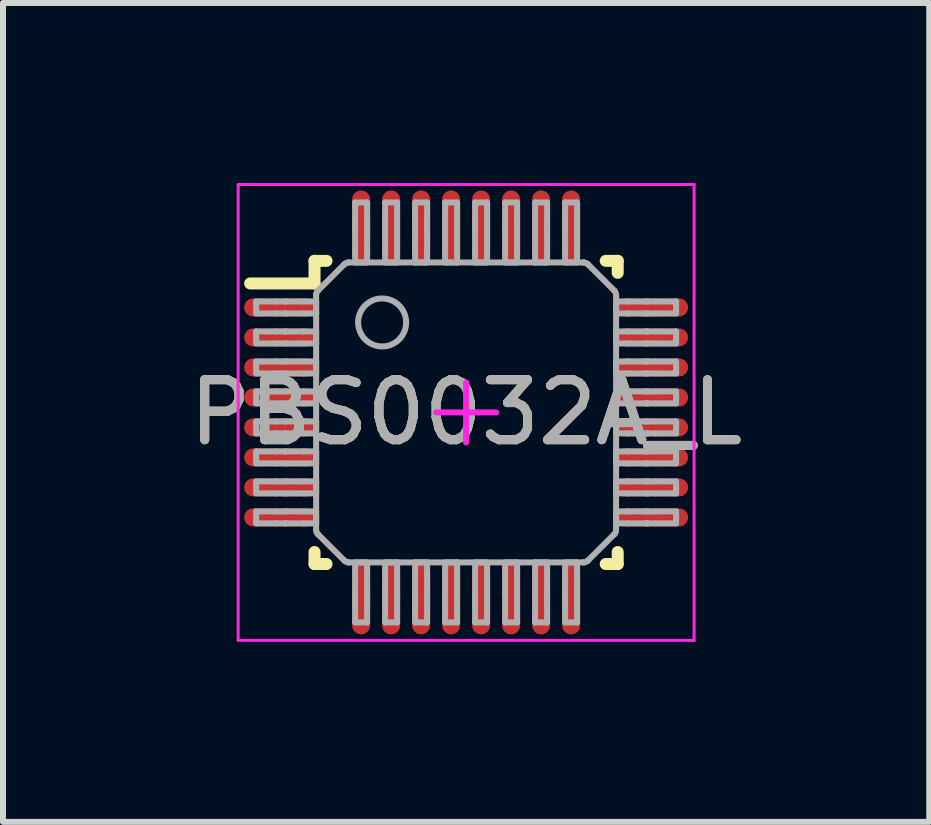
<source format=kicad_pcb>
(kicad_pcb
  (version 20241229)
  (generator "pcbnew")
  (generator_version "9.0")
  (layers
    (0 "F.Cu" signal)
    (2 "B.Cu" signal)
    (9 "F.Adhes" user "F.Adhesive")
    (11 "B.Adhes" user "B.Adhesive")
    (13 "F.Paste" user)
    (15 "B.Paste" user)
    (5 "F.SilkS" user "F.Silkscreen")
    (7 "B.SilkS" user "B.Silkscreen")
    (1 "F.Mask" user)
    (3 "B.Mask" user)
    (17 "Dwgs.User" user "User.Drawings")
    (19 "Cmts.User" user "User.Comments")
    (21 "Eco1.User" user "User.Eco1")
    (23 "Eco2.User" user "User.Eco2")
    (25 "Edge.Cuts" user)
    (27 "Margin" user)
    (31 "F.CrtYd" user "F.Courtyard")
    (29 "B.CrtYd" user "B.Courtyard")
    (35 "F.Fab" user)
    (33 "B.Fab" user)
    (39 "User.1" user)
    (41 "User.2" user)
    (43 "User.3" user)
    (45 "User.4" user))
  (footprint "PBS0032A_L"
    (layer "F.Cu")
    (at 4.72 3.825)
    (property "Reference" "PBS0032A_L" (at 0 0 0) (unlocked yes) (layer "F.SilkS") (effects (font (size 1 1) (thickness 0.15))))
    (attr smd)
    (fp_line (start -3.6 -2.15) (end -2.527 -2.15) (stroke (width 0.2) (type solid)) (layer "F.SilkS"))
    (fp_line (start -2.527 -2.527) (end -2.327 -2.527) (stroke (width 0.2) (type solid)) (layer "F.SilkS"))
    (fp_line (start -2.527 -2.15) (end -2.527 -2.527) (stroke (width 0.2) (type solid)) (layer "F.SilkS"))
    (fp_line (start -2.527 2.527) (end -2.527 2.327) (stroke (width 0.2) (type solid)) (layer "F.SilkS"))
    (fp_line (start -2.527 2.527) (end -2.327 2.527) (stroke (width 0.2) (type solid)) (layer "F.SilkS"))
    (fp_line (start 2.327 -2.527) (end 2.527 -2.527) (stroke (width 0.2) (type solid)) (layer "F.SilkS"))
    (fp_line (start 2.327 2.527) (end 2.527 2.527) (stroke (width 0.2) (type solid)) (layer "F.SilkS"))
    (fp_line (start 2.527 -2.327) (end 2.527 -2.527) (stroke (width 0.2) (type solid)) (layer "F.SilkS"))
    (fp_line (start 2.527 2.527) (end 2.527 2.327) (stroke (width 0.2) (type solid)) (layer "F.SilkS"))
    (fp_line (start -3.8 -3.8) (end 3.8 -3.8) (stroke (width 0.05) (type solid)) (layer "F.CrtYd"))
    (fp_line (start -3.8 3.8) (end -3.8 -3.8) (stroke (width 0.05) (type solid)) (layer "F.CrtYd"))
    (fp_line (start -3.8 3.8) (end 3.8 3.8) (stroke (width 0.05) (type solid)) (layer "F.CrtYd"))
    (fp_line (start -0.5 0) (end 0.5 0) (stroke (width 0.1) (type solid)) (layer "F.CrtYd"))
    (fp_line (start -0.000003 0.5) (end -0.000003 -0.5) (stroke (width 0.1) (type solid)) (layer "F.CrtYd"))
    (fp_line (start 3.8 3.8) (end 3.8 -3.8) (stroke (width 0.05) (type solid)) (layer "F.CrtYd"))
    (fp_line (start -3.5 -1.85) (end -3.16 -1.85) (stroke (width 0.1) (type solid)) (layer "F.Fab"))
    (fp_line (start -3.5 -1.65) (end -3.5 -1.85) (stroke (width 0.1) (type solid)) (layer "F.Fab"))
    (fp_line (start -3.5 -1.65) (end -3.16 -1.65) (stroke (width 0.1) (type solid)) (layer "F.Fab"))
    (fp_line (start -3.5 -1.35) (end -3.16 -1.35) (stroke (width 0.1) (type solid)) (layer "F.Fab"))
    (fp_line (start -3.5 -1.15) (end -3.5 -1.35) (stroke (width 0.1) (type solid)) (layer "F.Fab"))
    (fp_line (start -3.5 -1.15) (end -3.16 -1.15) (stroke (width 0.1) (type solid)) (layer "F.Fab"))
    (fp_line (start -3.5 -0.85) (end -3.16 -0.85) (stroke (width 0.1) (type solid)) (layer "F.Fab"))
    (fp_line (start -3.5 -0.65) (end -3.5 -0.85) (stroke (width 0.1) (type solid)) (layer "F.Fab"))
    (fp_line (start -3.5 -0.65) (end -3.16 -0.65) (stroke (width 0.1) (type solid)) (layer "F.Fab"))
    (fp_line (start -3.5 -0.35) (end -3.16 -0.35) (stroke (width 0.1) (type solid)) (layer "F.Fab"))
    (fp_line (start -3.5 -0.15) (end -3.5 -0.35) (stroke (width 0.1) (type solid)) (layer "F.Fab"))
    (fp_line (start -3.5 -0.15) (end -3.16 -0.15) (stroke (width 0.1) (type solid)) (layer "F.Fab"))
    (fp_line (start -3.5 0.15) (end -3.16 0.15) (stroke (width 0.1) (type solid)) (layer "F.Fab"))
    (fp_line (start -3.5 0.35) (end -3.5 0.15) (stroke (width 0.1) (type solid)) (layer "F.Fab"))
    (fp_line (start -3.5 0.35) (end -3.16 0.35) (stroke (width 0.1) (type solid)) (layer "F.Fab"))
    (fp_line (start -3.5 0.65) (end -3.16 0.65) (stroke (width 0.1) (type solid)) (layer "F.Fab"))
    (fp_line (start -3.5 0.85) (end -3.5 0.65) (stroke (width 0.1) (type solid)) (layer "F.Fab"))
    (fp_line (start -3.5 0.85) (end -3.16 0.85) (stroke (width 0.1) (type solid)) (layer "F.Fab"))
    (fp_line (start -3.5 1.15) (end -3.16 1.15) (stroke (width 0.1) (type solid)) (layer "F.Fab"))
    (fp_line (start -3.5 1.35) (end -3.5 1.15) (stroke (width 0.1) (type solid)) (layer "F.Fab"))
    (fp_line (start -3.5 1.35) (end -3.16 1.35) (stroke (width 0.1) (type solid)) (layer "F.Fab"))
    (fp_line (start -3.5 1.65) (end -3.16 1.65) (stroke (width 0.1) (type solid)) (layer "F.Fab"))
    (fp_line (start -3.5 1.85) (end -3.5 1.65) (stroke (width 0.1) (type solid)) (layer "F.Fab"))
    (fp_line (start -3.5 1.85) (end -3.16 1.85) (stroke (width 0.1) (type solid)) (layer "F.Fab"))
    (fp_line (start -3.16 -1.85) (end -3.023 -1.85) (stroke (width 0.1) (type solid)) (layer "F.Fab"))
    (fp_line (start -3.16 -1.65) (end -3.023 -1.65) (stroke (width 0.1) (type solid)) (layer "F.Fab"))
    (fp_line (start -3.16 -1.35) (end -3.023 -1.35) (stroke (width 0.1) (type solid)) (layer "F.Fab"))
    (fp_line (start -3.16 -1.15) (end -3.023 -1.15) (stroke (width 0.1) (type solid)) (layer "F.Fab"))
    (fp_line (start -3.16 -0.85) (end -3.023 -0.85) (stroke (width 0.1) (type solid)) (layer "F.Fab"))
    (fp_line (start -3.16 -0.65) (end -3.023 -0.65) (stroke (width 0.1) (type solid)) (layer "F.Fab"))
    (fp_line (start -3.16 -0.35) (end -3.023 -0.35) (stroke (width 0.1) (type solid)) (layer "F.Fab"))
    (fp_line (start -3.16 -0.15) (end -3.023 -0.15) (stroke (width 0.1) (type solid)) (layer "F.Fab"))
    (fp_line (start -3.16 0.15) (end -3.023 0.15) (stroke (width 0.1) (type solid)) (layer "F.Fab"))
    (fp_line (start -3.16 0.35) (end -3.023 0.35) (stroke (width 0.1) (type solid)) (layer "F.Fab"))
    (fp_line (start -3.16 0.65) (end -3.023 0.65) (stroke (width 0.1) (type solid)) (layer "F.Fab"))
    (fp_line (start -3.16 0.85) (end -3.023 0.85) (stroke (width 0.1) (type solid)) (layer "F.Fab"))
    (fp_line (start -3.16 1.15) (end -3.023 1.15) (stroke (width 0.1) (type solid)) (layer "F.Fab"))
    (fp_line (start -3.16 1.35) (end -3.023 1.35) (stroke (width 0.1) (type solid)) (layer "F.Fab"))
    (fp_line (start -3.16 1.65) (end -3.023 1.65) (stroke (width 0.1) (type solid)) (layer "F.Fab"))
    (fp_line (start -3.16 1.85) (end -3.023 1.85) (stroke (width 0.1) (type solid)) (layer "F.Fab"))
    (fp_line (start -3.023 -1.85) (end -3.002 -1.85) (stroke (width 0.1) (type solid)) (layer "F.Fab"))
    (fp_line (start -3.023 -1.65) (end -3.002 -1.65) (stroke (width 0.1) (type solid)) (layer "F.Fab"))
    (fp_line (start -3.023 -1.35) (end -3.002 -1.35) (stroke (width 0.1) (type solid)) (layer "F.Fab"))
    (fp_line (start -3.023 -1.15) (end -3.002 -1.15) (stroke (width 0.1) (type solid)) (layer "F.Fab"))
    (fp_line (start -3.023 -0.85) (end -3.002 -0.85) (stroke (width 0.1) (type solid)) (layer "F.Fab"))
    (fp_line (start -3.023 -0.65) (end -3.002 -0.65) (stroke (width 0.1) (type solid)) (layer "F.Fab"))
    (fp_line (start -3.023 -0.35) (end -3.002 -0.35) (stroke (width 0.1) (type solid)) (layer "F.Fab"))
    (fp_line (start -3.023 -0.15) (end -3.002 -0.15) (stroke (width 0.1) (type solid)) (layer "F.Fab"))
    (fp_line (start -3.023 0.15) (end -3.002 0.15) (stroke (width 0.1) (type solid)) (layer "F.Fab"))
    (fp_line (start -3.023 0.35) (end -3.002 0.35) (stroke (width 0.1) (type solid)) (layer "F.Fab"))
    (fp_line (start -3.023 0.65) (end -3.002 0.65) (stroke (width 0.1) (type solid)) (layer "F.Fab"))
    (fp_line (start -3.023 0.85) (end -3.002 0.85) (stroke (width 0.1) (type solid)) (layer "F.Fab"))
    (fp_line (start -3.023 1.15) (end -3.002 1.15) (stroke (width 0.1) (type solid)) (layer "F.Fab"))
    (fp_line (start -3.023 1.35) (end -3.002 1.35) (stroke (width 0.1) (type solid)) (layer "F.Fab"))
    (fp_line (start -3.023 1.65) (end -3.002 1.65) (stroke (width 0.1) (type solid)) (layer "F.Fab"))
    (fp_line (start -3.023 1.85) (end -3.002 1.85) (stroke (width 0.1) (type solid)) (layer "F.Fab"))
    (fp_line (start -3.002 -1.85) (end -2.706 -1.85) (stroke (width 0.1) (type solid)) (layer "F.Fab"))
    (fp_line (start -3.002 -1.65) (end -2.706 -1.65) (stroke (width 0.1) (type solid)) (layer "F.Fab"))
    (fp_line (start -3.002 -1.35) (end -2.706 -1.35) (stroke (width 0.1) (type solid)) (layer "F.Fab"))
    (fp_line (start -3.002 -1.15) (end -2.706 -1.15) (stroke (width 0.1) (type solid)) (layer "F.Fab"))
    (fp_line (start -3.002 -0.85) (end -2.706 -0.85) (stroke (width 0.1) (type solid)) (layer "F.Fab"))
    (fp_line (start -3.002 -0.65) (end -2.706 -0.65) (stroke (width 0.1) (type solid)) (layer "F.Fab"))
    (fp_line (start -3.002 -0.35) (end -2.706 -0.35) (stroke (width 0.1) (type solid)) (layer "F.Fab"))
    (fp_line (start -3.002 -0.15) (end -2.706 -0.15) (stroke (width 0.1) (type solid)) (layer "F.Fab"))
    (fp_line (start -3.002 0.15) (end -2.706 0.15) (stroke (width 0.1) (type solid)) (layer "F.Fab"))
    (fp_line (start -3.002 0.35) (end -2.706 0.35) (stroke (width 0.1) (type solid)) (layer "F.Fab"))
    (fp_line (start -3.002 0.65) (end -2.706 0.65) (stroke (width 0.1) (type solid)) (layer "F.Fab"))
    (fp_line (start -3.002 0.85) (end -2.706 0.85) (stroke (width 0.1) (type solid)) (layer "F.Fab"))
    (fp_line (start -3.002 1.15) (end -2.706 1.15) (stroke (width 0.1) (type solid)) (layer "F.Fab"))
    (fp_line (start -3.002 1.35) (end -2.706 1.35) (stroke (width 0.1) (type solid)) (layer "F.Fab"))
    (fp_line (start -3.002 1.65) (end -2.706 1.65) (stroke (width 0.1) (type solid)) (layer "F.Fab"))
    (fp_line (start -3.002 1.85) (end -2.706 1.85) (stroke (width 0.1) (type solid)) (layer "F.Fab"))
    (fp_line (start -2.706 -1.85) (end -2.5 -1.85) (stroke (width 0.1) (type solid)) (layer "F.Fab"))
    (fp_line (start -2.706 -1.65) (end -2.5 -1.65) (stroke (width 0.1) (type solid)) (layer "F.Fab"))
    (fp_line (start -2.706 -1.35) (end -2.5 -1.35) (stroke (width 0.1) (type solid)) (layer "F.Fab"))
    (fp_line (start -2.706 -1.15) (end -2.5 -1.15) (stroke (width 0.1) (type solid)) (layer "F.Fab"))
    (fp_line (start -2.706 -0.85) (end -2.5 -0.85) (stroke (width 0.1) (type solid)) (layer "F.Fab"))
    (fp_line (start -2.706 -0.65) (end -2.5 -0.65) (stroke (width 0.1) (type solid)) (layer "F.Fab"))
    (fp_line (start -2.706 -0.35) (end -2.5 -0.35) (stroke (width 0.1) (type solid)) (layer "F.Fab"))
    (fp_line (start -2.706 -0.15) (end -2.5 -0.15) (stroke (width 0.1) (type solid)) (layer "F.Fab"))
    (fp_line (start -2.706 0.15) (end -2.5 0.15) (stroke (width 0.1) (type solid)) (layer "F.Fab"))
    (fp_line (start -2.706 0.35) (end -2.5 0.35) (stroke (width 0.1) (type solid)) (layer "F.Fab"))
    (fp_line (start -2.706 0.65) (end -2.5 0.65) (stroke (width 0.1) (type solid)) (layer "F.Fab"))
    (fp_line (start -2.706 0.85) (end -2.5 0.85) (stroke (width 0.1) (type solid)) (layer "F.Fab"))
    (fp_line (start -2.706 1.15) (end -2.5 1.15) (stroke (width 0.1) (type solid)) (layer "F.Fab"))
    (fp_line (start -2.706 1.35) (end -2.5 1.35) (stroke (width 0.1) (type solid)) (layer "F.Fab"))
    (fp_line (start -2.706 1.65) (end -2.5 1.65) (stroke (width 0.1) (type solid)) (layer "F.Fab"))
    (fp_line (start -2.706 1.85) (end -2.5 1.85) (stroke (width 0.1) (type solid)) (layer "F.Fab"))
    (fp_line (start -2.5 -1.959) (end -2.5 -1.959) (stroke (width 0.1) (type solid)) (layer "F.Fab"))
    (fp_line (start -2.5 -1.65) (end -2.5 -1.85) (stroke (width 0.1) (type solid)) (layer "F.Fab"))
    (fp_line (start -2.5 -1.15) (end -2.5 -1.35) (stroke (width 0.1) (type solid)) (layer "F.Fab"))
    (fp_line (start -2.5 -0.65) (end -2.5 -0.85) (stroke (width 0.1) (type solid)) (layer "F.Fab"))
    (fp_line (start -2.5 -0.15) (end -2.5 -0.35) (stroke (width 0.1) (type solid)) (layer "F.Fab"))
    (fp_line (start -2.5 0.35) (end -2.5 0.15) (stroke (width 0.1) (type solid)) (layer "F.Fab"))
    (fp_line (start -2.5 0.85) (end -2.5 0.65) (stroke (width 0.1) (type solid)) (layer "F.Fab"))
    (fp_line (start -2.5 1.35) (end -2.5 1.15) (stroke (width 0.1) (type solid)) (layer "F.Fab"))
    (fp_line (start -2.5 1.85) (end -2.5 1.65) (stroke (width 0.1) (type solid)) (layer "F.Fab"))
    (fp_line (start -2.5 1.959) (end -2.5 -1.959) (stroke (width 0.1) (type solid)) (layer "F.Fab"))
    (fp_line (start -2.5 1.959) (end -2.5 1.959) (stroke (width 0.1) (type solid)) (layer "F.Fab"))
    (fp_line (start -2.471 -2.029) (end -2.471 -2.029) (stroke (width 0.1) (type solid)) (layer "F.Fab"))
    (fp_line (start -2.471 2.029) (end -2.471 2.029) (stroke (width 0.1) (type solid)) (layer "F.Fab"))
    (fp_line (start -2.471 -2.029) (end -2.029 -2.471) (stroke (width 0.1) (type solid)) (layer "F.Fab"))
    (fp_line (start -2.471 2.029) (end -2.029 2.471) (stroke (width 0.1) (type solid)) (layer "F.Fab"))
    (fp_line (start -2.029 -2.471) (end -2.029 -2.471) (stroke (width 0.1) (type solid)) (layer "F.Fab"))
    (fp_line (start -2.029 2.471) (end -2.029 2.471) (stroke (width 0.1) (type solid)) (layer "F.Fab"))
    (fp_line (start -1.959 -2.5) (end -1.959 -2.5) (stroke (width 0.1) (type solid)) (layer "F.Fab"))
    (fp_line (start -1.959 2.5) (end -1.959 2.5) (stroke (width 0.1) (type solid)) (layer "F.Fab"))
    (fp_line (start -1.959 -2.5) (end 1.959 -2.5) (stroke (width 0.1) (type solid)) (layer "F.Fab"))
    (fp_line (start -1.959 2.5) (end 1.959 2.5) (stroke (width 0.1) (type solid)) (layer "F.Fab"))
    (fp_line (start -1.85 -3.5) (end -1.65 -3.5) (stroke (width 0.1) (type solid)) (layer "F.Fab"))
    (fp_line (start -1.85 -3.16) (end -1.85 -3.5) (stroke (width 0.1) (type solid)) (layer "F.Fab"))
    (fp_line (start -1.85 -3.023) (end -1.85 -3.16) (stroke (width 0.1) (type solid)) (layer "F.Fab"))
    (fp_line (start -1.85 -3.002) (end -1.85 -3.023) (stroke (width 0.1) (type solid)) (layer "F.Fab"))
    (fp_line (start -1.85 -2.706) (end -1.85 -3.002) (stroke (width 0.1) (type solid)) (layer "F.Fab"))
    (fp_line (start -1.85 -2.5) (end -1.85 -2.706) (stroke (width 0.1) (type solid)) (layer "F.Fab"))
    (fp_line (start -1.85 -2.5) (end -1.65 -2.5) (stroke (width 0.1) (type solid)) (layer "F.Fab"))
    (fp_line (start -1.85 2.5) (end -1.65 2.5) (stroke (width 0.1) (type solid)) (layer "F.Fab"))
    (fp_line (start -1.85 2.706) (end -1.85 2.5) (stroke (width 0.1) (type solid)) (layer "F.Fab"))
    (fp_line (start -1.85 3.002) (end -1.85 2.706) (stroke (width 0.1) (type solid)) (layer "F.Fab"))
    (fp_line (start -1.85 3.023) (end -1.85 3.002) (stroke (width 0.1) (type solid)) (layer "F.Fab"))
    (fp_line (start -1.85 3.16) (end -1.85 3.023) (stroke (width 0.1) (type solid)) (layer "F.Fab"))
    (fp_line (start -1.85 3.5) (end -1.85 3.16) (stroke (width 0.1) (type solid)) (layer "F.Fab"))
    (fp_line (start -1.85 3.5) (end -1.65 3.5) (stroke (width 0.1) (type solid)) (layer "F.Fab"))
    (fp_line (start -1.65 -3.16) (end -1.65 -3.5) (stroke (width 0.1) (type solid)) (layer "F.Fab"))
    (fp_line (start -1.65 -3.023) (end -1.65 -3.16) (stroke (width 0.1) (type solid)) (layer "F.Fab"))
    (fp_line (start -1.65 -3.002) (end -1.65 -3.023) (stroke (width 0.1) (type solid)) (layer "F.Fab"))
    (fp_line (start -1.65 -2.706) (end -1.65 -3.002) (stroke (width 0.1) (type solid)) (layer "F.Fab"))
    (fp_line (start -1.65 -2.5) (end -1.65 -2.706) (stroke (width 0.1) (type solid)) (layer "F.Fab"))
    (fp_line (start -1.65 2.706) (end -1.65 2.5) (stroke (width 0.1) (type solid)) (layer "F.Fab"))
    (fp_line (start -1.65 3.002) (end -1.65 2.706) (stroke (width 0.1) (type solid)) (layer "F.Fab"))
    (fp_line (start -1.65 3.023) (end -1.65 3.002) (stroke (width 0.1) (type solid)) (layer "F.Fab"))
    (fp_line (start -1.65 3.16) (end -1.65 3.023) (stroke (width 0.1) (type solid)) (layer "F.Fab"))
    (fp_line (start -1.65 3.5) (end -1.65 3.16) (stroke (width 0.1) (type solid)) (layer "F.Fab"))
    (fp_line (start -1.35 -3.5) (end -1.15 -3.5) (stroke (width 0.1) (type solid)) (layer "F.Fab"))
    (fp_line (start -1.35 -3.16) (end -1.35 -3.5) (stroke (width 0.1) (type solid)) (layer "F.Fab"))
    (fp_line (start -1.35 -3.023) (end -1.35 -3.16) (stroke (width 0.1) (type solid)) (layer "F.Fab"))
    (fp_line (start -1.35 -3.002) (end -1.35 -3.023) (stroke (width 0.1) (type solid)) (layer "F.Fab"))
    (fp_line (start -1.35 -2.706) (end -1.35 -3.002) (stroke (width 0.1) (type solid)) (layer "F.Fab"))
    (fp_line (start -1.35 -2.5) (end -1.35 -2.706) (stroke (width 0.1) (type solid)) (layer "F.Fab"))
    (fp_line (start -1.35 -2.5) (end -1.15 -2.5) (stroke (width 0.1) (type solid)) (layer "F.Fab"))
    (fp_line (start -1.35 2.5) (end -1.15 2.5) (stroke (width 0.1) (type solid)) (layer "F.Fab"))
    (fp_line (start -1.35 2.706) (end -1.35 2.5) (stroke (width 0.1) (type solid)) (layer "F.Fab"))
    (fp_line (start -1.35 3.002) (end -1.35 2.706) (stroke (width 0.1) (type solid)) (layer "F.Fab"))
    (fp_line (start -1.35 3.023) (end -1.35 3.002) (stroke (width 0.1) (type solid)) (layer "F.Fab"))
    (fp_line (start -1.35 3.16) (end -1.35 3.023) (stroke (width 0.1) (type solid)) (layer "F.Fab"))
    (fp_line (start -1.35 3.5) (end -1.35 3.16) (stroke (width 0.1) (type solid)) (layer "F.Fab"))
    (fp_line (start -1.35 3.5) (end -1.15 3.5) (stroke (width 0.1) (type solid)) (layer "F.Fab"))
    (fp_line (start -1.15 -3.16) (end -1.15 -3.5) (stroke (width 0.1) (type solid)) (layer "F.Fab"))
    (fp_line (start -1.15 -3.023) (end -1.15 -3.16) (stroke (width 0.1) (type solid)) (layer "F.Fab"))
    (fp_line (start -1.15 -3.002) (end -1.15 -3.023) (stroke (width 0.1) (type solid)) (layer "F.Fab"))
    (fp_line (start -1.15 -2.706) (end -1.15 -3.002) (stroke (width 0.1) (type solid)) (layer "F.Fab"))
    (fp_line (start -1.15 -2.5) (end -1.15 -2.706) (stroke (width 0.1) (type solid)) (layer "F.Fab"))
    (fp_line (start -1.15 2.706) (end -1.15 2.5) (stroke (width 0.1) (type solid)) (layer "F.Fab"))
    (fp_line (start -1.15 3.002) (end -1.15 2.706) (stroke (width 0.1) (type solid)) (layer "F.Fab"))
    (fp_line (start -1.15 3.023) (end -1.15 3.002) (stroke (width 0.1) (type solid)) (layer "F.Fab"))
    (fp_line (start -1.15 3.16) (end -1.15 3.023) (stroke (width 0.1) (type solid)) (layer "F.Fab"))
    (fp_line (start -1.15 3.5) (end -1.15 3.16) (stroke (width 0.1) (type solid)) (layer "F.Fab"))
    (fp_line (start -0.85 -3.5) (end -0.65 -3.5) (stroke (width 0.1) (type solid)) (layer "F.Fab"))
    (fp_line (start -0.85 -3.16) (end -0.85 -3.5) (stroke (width 0.1) (type solid)) (layer "F.Fab"))
    (fp_line (start -0.85 -3.023) (end -0.85 -3.16) (stroke (width 0.1) (type solid)) (layer "F.Fab"))
    (fp_line (start -0.85 -3.002) (end -0.85 -3.023) (stroke (width 0.1) (type solid)) (layer "F.Fab"))
    (fp_line (start -0.85 -2.706) (end -0.85 -3.002) (stroke (width 0.1) (type solid)) (layer "F.Fab"))
    (fp_line (start -0.85 -2.5) (end -0.85 -2.706) (stroke (width 0.1) (type solid)) (layer "F.Fab"))
    (fp_line (start -0.85 -2.5) (end -0.65 -2.5) (stroke (width 0.1) (type solid)) (layer "F.Fab"))
    (fp_line (start -0.85 2.5) (end -0.65 2.5) (stroke (width 0.1) (type solid)) (layer "F.Fab"))
    (fp_line (start -0.85 2.706) (end -0.85 2.5) (stroke (width 0.1) (type solid)) (layer "F.Fab"))
    (fp_line (start -0.85 3.002) (end -0.85 2.706) (stroke (width 0.1) (type solid)) (layer "F.Fab"))
    (fp_line (start -0.85 3.023) (end -0.85 3.002) (stroke (width 0.1) (type solid)) (layer "F.Fab"))
    (fp_line (start -0.85 3.16) (end -0.85 3.023) (stroke (width 0.1) (type solid)) (layer "F.Fab"))
    (fp_line (start -0.85 3.5) (end -0.85 3.16) (stroke (width 0.1) (type solid)) (layer "F.Fab"))
    (fp_line (start -0.85 3.5) (end -0.65 3.5) (stroke (width 0.1) (type solid)) (layer "F.Fab"))
    (fp_line (start -0.65 -3.16) (end -0.65 -3.5) (stroke (width 0.1) (type solid)) (layer "F.Fab"))
    (fp_line (start -0.65 -3.023) (end -0.65 -3.16) (stroke (width 0.1) (type solid)) (layer "F.Fab"))
    (fp_line (start -0.65 -3.002) (end -0.65 -3.023) (stroke (width 0.1) (type solid)) (layer "F.Fab"))
    (fp_line (start -0.65 -2.706) (end -0.65 -3.002) (stroke (width 0.1) (type solid)) (layer "F.Fab"))
    (fp_line (start -0.65 -2.5) (end -0.65 -2.706) (stroke (width 0.1) (type solid)) (layer "F.Fab"))
    (fp_line (start -0.65 2.706) (end -0.65 2.5) (stroke (width 0.1) (type solid)) (layer "F.Fab"))
    (fp_line (start -0.65 3.002) (end -0.65 2.706) (stroke (width 0.1) (type solid)) (layer "F.Fab"))
    (fp_line (start -0.65 3.023) (end -0.65 3.002) (stroke (width 0.1) (type solid)) (layer "F.Fab"))
    (fp_line (start -0.65 3.16) (end -0.65 3.023) (stroke (width 0.1) (type solid)) (layer "F.Fab"))
    (fp_line (start -0.65 3.5) (end -0.65 3.16) (stroke (width 0.1) (type solid)) (layer "F.Fab"))
    (fp_line (start -0.35 -3.5) (end -0.15 -3.5) (stroke (width 0.1) (type solid)) (layer "F.Fab"))
    (fp_line (start -0.35 -3.16) (end -0.35 -3.5) (stroke (width 0.1) (type solid)) (layer "F.Fab"))
    (fp_line (start -0.35 -3.023) (end -0.35 -3.16) (stroke (width 0.1) (type solid)) (layer "F.Fab"))
    (fp_line (start -0.35 -3.002) (end -0.35 -3.023) (stroke (width 0.1) (type solid)) (layer "F.Fab"))
    (fp_line (start -0.35 -2.706) (end -0.35 -3.002) (stroke (width 0.1) (type solid)) (layer "F.Fab"))
    (fp_line (start -0.35 -2.5) (end -0.35 -2.706) (stroke (width 0.1) (type solid)) (layer "F.Fab"))
    (fp_line (start -0.35 -2.5) (end -0.15 -2.5) (stroke (width 0.1) (type solid)) (layer "F.Fab"))
    (fp_line (start -0.35 2.5) (end -0.15 2.5) (stroke (width 0.1) (type solid)) (layer "F.Fab"))
    (fp_line (start -0.35 2.706) (end -0.35 2.5) (stroke (width 0.1) (type solid)) (layer "F.Fab"))
    (fp_line (start -0.35 3.002) (end -0.35 2.706) (stroke (width 0.1) (type solid)) (layer "F.Fab"))
    (fp_line (start -0.35 3.023) (end -0.35 3.002) (stroke (width 0.1) (type solid)) (layer "F.Fab"))
    (fp_line (start -0.35 3.16) (end -0.35 3.023) (stroke (width 0.1) (type solid)) (layer "F.Fab"))
    (fp_line (start -0.35 3.5) (end -0.35 3.16) (stroke (width 0.1) (type solid)) (layer "F.Fab"))
    (fp_line (start -0.35 3.5) (end -0.15 3.5) (stroke (width 0.1) (type solid)) (layer "F.Fab"))
    (fp_line (start -0.15 -3.16) (end -0.15 -3.5) (stroke (width 0.1) (type solid)) (layer "F.Fab"))
    (fp_line (start -0.15 -3.023) (end -0.15 -3.16) (stroke (width 0.1) (type solid)) (layer "F.Fab"))
    (fp_line (start -0.15 -3.002) (end -0.15 -3.023) (stroke (width 0.1) (type solid)) (layer "F.Fab"))
    (fp_line (start -0.15 -2.706) (end -0.15 -3.002) (stroke (width 0.1) (type solid)) (layer "F.Fab"))
    (fp_line (start -0.15 -2.5) (end -0.15 -2.706) (stroke (width 0.1) (type solid)) (layer "F.Fab"))
    (fp_line (start -0.15 2.706) (end -0.15 2.5) (stroke (width 0.1) (type solid)) (layer "F.Fab"))
    (fp_line (start -0.15 3.002) (end -0.15 2.706) (stroke (width 0.1) (type solid)) (layer "F.Fab"))
    (fp_line (start -0.15 3.023) (end -0.15 3.002) (stroke (width 0.1) (type solid)) (layer "F.Fab"))
    (fp_line (start -0.15 3.16) (end -0.15 3.023) (stroke (width 0.1) (type solid)) (layer "F.Fab"))
    (fp_line (start -0.15 3.5) (end -0.15 3.16) (stroke (width 0.1) (type solid)) (layer "F.Fab"))
    (fp_line (start 0.15 -3.5) (end 0.35 -3.5) (stroke (width 0.1) (type solid)) (layer "F.Fab"))
    (fp_line (start 0.15 -3.16) (end 0.15 -3.5) (stroke (width 0.1) (type solid)) (layer "F.Fab"))
    (fp_line (start 0.15 -3.023) (end 0.15 -3.16) (stroke (width 0.1) (type solid)) (layer "F.Fab"))
    (fp_line (start 0.15 -3.002) (end 0.15 -3.023) (stroke (width 0.1) (type solid)) (layer "F.Fab"))
    (fp_line (start 0.15 -2.706) (end 0.15 -3.002) (stroke (width 0.1) (type solid)) (layer "F.Fab"))
    (fp_line (start 0.15 -2.5) (end 0.15 -2.706) (stroke (width 0.1) (type solid)) (layer "F.Fab"))
    (fp_line (start 0.15 -2.5) (end 0.35 -2.5) (stroke (width 0.1) (type solid)) (layer "F.Fab"))
    (fp_line (start 0.15 2.5) (end 0.35 2.5) (stroke (width 0.1) (type solid)) (layer "F.Fab"))
    (fp_line (start 0.15 2.706) (end 0.15 2.5) (stroke (width 0.1) (type solid)) (layer "F.Fab"))
    (fp_line (start 0.15 3.002) (end 0.15 2.706) (stroke (width 0.1) (type solid)) (layer "F.Fab"))
    (fp_line (start 0.15 3.023) (end 0.15 3.002) (stroke (width 0.1) (type solid)) (layer "F.Fab"))
    (fp_line (start 0.15 3.16) (end 0.15 3.023) (stroke (width 0.1) (type solid)) (layer "F.Fab"))
    (fp_line (start 0.15 3.5) (end 0.15 3.16) (stroke (width 0.1) (type solid)) (layer "F.Fab"))
    (fp_line (start 0.15 3.5) (end 0.35 3.5) (stroke (width 0.1) (type solid)) (layer "F.Fab"))
    (fp_line (start 0.35 -3.16) (end 0.35 -3.5) (stroke (width 0.1) (type solid)) (layer "F.Fab"))
    (fp_line (start 0.35 -3.023) (end 0.35 -3.16) (stroke (width 0.1) (type solid)) (layer "F.Fab"))
    (fp_line (start 0.35 -3.002) (end 0.35 -3.023) (stroke (width 0.1) (type solid)) (layer "F.Fab"))
    (fp_line (start 0.35 -2.706) (end 0.35 -3.002) (stroke (width 0.1) (type solid)) (layer "F.Fab"))
    (fp_line (start 0.35 -2.5) (end 0.35 -2.706) (stroke (width 0.1) (type solid)) (layer "F.Fab"))
    (fp_line (start 0.35 2.706) (end 0.35 2.5) (stroke (width 0.1) (type solid)) (layer "F.Fab"))
    (fp_line (start 0.35 3.002) (end 0.35 2.706) (stroke (width 0.1) (type solid)) (layer "F.Fab"))
    (fp_line (start 0.35 3.023) (end 0.35 3.002) (stroke (width 0.1) (type solid)) (layer "F.Fab"))
    (fp_line (start 0.35 3.16) (end 0.35 3.023) (stroke (width 0.1) (type solid)) (layer "F.Fab"))
    (fp_line (start 0.35 3.5) (end 0.35 3.16) (stroke (width 0.1) (type solid)) (layer "F.Fab"))
    (fp_line (start 0.65 -3.5) (end 0.85 -3.5) (stroke (width 0.1) (type solid)) (layer "F.Fab"))
    (fp_line (start 0.65 -3.16) (end 0.65 -3.5) (stroke (width 0.1) (type solid)) (layer "F.Fab"))
    (fp_line (start 0.65 -3.023) (end 0.65 -3.16) (stroke (width 0.1) (type solid)) (layer "F.Fab"))
    (fp_line (start 0.65 -3.002) (end 0.65 -3.023) (stroke (width 0.1) (type solid)) (layer "F.Fab"))
    (fp_line (start 0.65 -2.706) (end 0.65 -3.002) (stroke (width 0.1) (type solid)) (layer "F.Fab"))
    (fp_line (start 0.65 -2.5) (end 0.65 -2.706) (stroke (width 0.1) (type solid)) (layer "F.Fab"))
    (fp_line (start 0.65 -2.5) (end 0.85 -2.5) (stroke (width 0.1) (type solid)) (layer "F.Fab"))
    (fp_line (start 0.65 2.5) (end 0.85 2.5) (stroke (width 0.1) (type solid)) (layer "F.Fab"))
    (fp_line (start 0.65 2.706) (end 0.65 2.5) (stroke (width 0.1) (type solid)) (layer "F.Fab"))
    (fp_line (start 0.65 3.002) (end 0.65 2.706) (stroke (width 0.1) (type solid)) (layer "F.Fab"))
    (fp_line (start 0.65 3.023) (end 0.65 3.002) (stroke (width 0.1) (type solid)) (layer "F.Fab"))
    (fp_line (start 0.65 3.16) (end 0.65 3.023) (stroke (width 0.1) (type solid)) (layer "F.Fab"))
    (fp_line (start 0.65 3.5) (end 0.65 3.16) (stroke (width 0.1) (type solid)) (layer "F.Fab"))
    (fp_line (start 0.65 3.5) (end 0.85 3.5) (stroke (width 0.1) (type solid)) (layer "F.Fab"))
    (fp_line (start 0.85 -3.16) (end 0.85 -3.5) (stroke (width 0.1) (type solid)) (layer "F.Fab"))
    (fp_line (start 0.85 -3.023) (end 0.85 -3.16) (stroke (width 0.1) (type solid)) (layer "F.Fab"))
    (fp_line (start 0.85 -3.002) (end 0.85 -3.023) (stroke (width 0.1) (type solid)) (layer "F.Fab"))
    (fp_line (start 0.85 -2.706) (end 0.85 -3.002) (stroke (width 0.1) (type solid)) (layer "F.Fab"))
    (fp_line (start 0.85 -2.5) (end 0.85 -2.706) (stroke (width 0.1) (type solid)) (layer "F.Fab"))
    (fp_line (start 0.85 2.706) (end 0.85 2.5) (stroke (width 0.1) (type solid)) (layer "F.Fab"))
    (fp_line (start 0.85 3.002) (end 0.85 2.706) (stroke (width 0.1) (type solid)) (layer "F.Fab"))
    (fp_line (start 0.85 3.023) (end 0.85 3.002) (stroke (width 0.1) (type solid)) (layer "F.Fab"))
    (fp_line (start 0.85 3.16) (end 0.85 3.023) (stroke (width 0.1) (type solid)) (layer "F.Fab"))
    (fp_line (start 0.85 3.5) (end 0.85 3.16) (stroke (width 0.1) (type solid)) (layer "F.Fab"))
    (fp_line (start 1.15 -3.5) (end 1.35 -3.5) (stroke (width 0.1) (type solid)) (layer "F.Fab"))
    (fp_line (start 1.15 -3.16) (end 1.15 -3.5) (stroke (width 0.1) (type solid)) (layer "F.Fab"))
    (fp_line (start 1.15 -3.023) (end 1.15 -3.16) (stroke (width 0.1) (type solid)) (layer "F.Fab"))
    (fp_line (start 1.15 -3.002) (end 1.15 -3.023) (stroke (width 0.1) (type solid)) (layer "F.Fab"))
    (fp_line (start 1.15 -2.706) (end 1.15 -3.002) (stroke (width 0.1) (type solid)) (layer "F.Fab"))
    (fp_line (start 1.15 -2.5) (end 1.15 -2.706) (stroke (width 0.1) (type solid)) (layer "F.Fab"))
    (fp_line (start 1.15 -2.5) (end 1.35 -2.5) (stroke (width 0.1) (type solid)) (layer "F.Fab"))
    (fp_line (start 1.15 2.5) (end 1.35 2.5) (stroke (width 0.1) (type solid)) (layer "F.Fab"))
    (fp_line (start 1.15 2.706) (end 1.15 2.5) (stroke (width 0.1) (type solid)) (layer "F.Fab"))
    (fp_line (start 1.15 3.002) (end 1.15 2.706) (stroke (width 0.1) (type solid)) (layer "F.Fab"))
    (fp_line (start 1.15 3.023) (end 1.15 3.002) (stroke (width 0.1) (type solid)) (layer "F.Fab"))
    (fp_line (start 1.15 3.16) (end 1.15 3.023) (stroke (width 0.1) (type solid)) (layer "F.Fab"))
    (fp_line (start 1.15 3.5) (end 1.15 3.16) (stroke (width 0.1) (type solid)) (layer "F.Fab"))
    (fp_line (start 1.15 3.5) (end 1.35 3.5) (stroke (width 0.1) (type solid)) (layer "F.Fab"))
    (fp_line (start 1.35 -3.16) (end 1.35 -3.5) (stroke (width 0.1) (type solid)) (layer "F.Fab"))
    (fp_line (start 1.35 -3.023) (end 1.35 -3.16) (stroke (width 0.1) (type solid)) (layer "F.Fab"))
    (fp_line (start 1.35 -3.002) (end 1.35 -3.023) (stroke (width 0.1) (type solid)) (layer "F.Fab"))
    (fp_line (start 1.35 -2.706) (end 1.35 -3.002) (stroke (width 0.1) (type solid)) (layer "F.Fab"))
    (fp_line (start 1.35 -2.5) (end 1.35 -2.706) (stroke (width 0.1) (type solid)) (layer "F.Fab"))
    (fp_line (start 1.35 2.706) (end 1.35 2.5) (stroke (width 0.1) (type solid)) (layer "F.Fab"))
    (fp_line (start 1.35 3.002) (end 1.35 2.706) (stroke (width 0.1) (type solid)) (layer "F.Fab"))
    (fp_line (start 1.35 3.023) (end 1.35 3.002) (stroke (width 0.1) (type solid)) (layer "F.Fab"))
    (fp_line (start 1.35 3.16) (end 1.35 3.023) (stroke (width 0.1) (type solid)) (layer "F.Fab"))
    (fp_line (start 1.35 3.5) (end 1.35 3.16) (stroke (width 0.1) (type solid)) (layer "F.Fab"))
    (fp_line (start 1.65 -3.5) (end 1.85 -3.5) (stroke (width 0.1) (type solid)) (layer "F.Fab"))
    (fp_line (start 1.65 -3.16) (end 1.65 -3.5) (stroke (width 0.1) (type solid)) (layer "F.Fab"))
    (fp_line (start 1.65 -3.023) (end 1.65 -3.16) (stroke (width 0.1) (type solid)) (layer "F.Fab"))
    (fp_line (start 1.65 -3.002) (end 1.65 -3.023) (stroke (width 0.1) (type solid)) (layer "F.Fab"))
    (fp_line (start 1.65 -2.706) (end 1.65 -3.002) (stroke (width 0.1) (type solid)) (layer "F.Fab"))
    (fp_line (start 1.65 -2.5) (end 1.65 -2.706) (stroke (width 0.1) (type solid)) (layer "F.Fab"))
    (fp_line (start 1.65 -2.5) (end 1.85 -2.5) (stroke (width 0.1) (type solid)) (layer "F.Fab"))
    (fp_line (start 1.65 2.5) (end 1.85 2.5) (stroke (width 0.1) (type solid)) (layer "F.Fab"))
    (fp_line (start 1.65 2.706) (end 1.65 2.5) (stroke (width 0.1) (type solid)) (layer "F.Fab"))
    (fp_line (start 1.65 3.002) (end 1.65 2.706) (stroke (width 0.1) (type solid)) (layer "F.Fab"))
    (fp_line (start 1.65 3.023) (end 1.65 3.002) (stroke (width 0.1) (type solid)) (layer "F.Fab"))
    (fp_line (start 1.65 3.16) (end 1.65 3.023) (stroke (width 0.1) (type solid)) (layer "F.Fab"))
    (fp_line (start 1.65 3.5) (end 1.65 3.16) (stroke (width 0.1) (type solid)) (layer "F.Fab"))
    (fp_line (start 1.65 3.5) (end 1.85 3.5) (stroke (width 0.1) (type solid)) (layer "F.Fab"))
    (fp_line (start 1.85 -3.16) (end 1.85 -3.5) (stroke (width 0.1) (type solid)) (layer "F.Fab"))
    (fp_line (start 1.85 -3.023) (end 1.85 -3.16) (stroke (width 0.1) (type solid)) (layer "F.Fab"))
    (fp_line (start 1.85 -3.002) (end 1.85 -3.023) (stroke (width 0.1) (type solid)) (layer "F.Fab"))
    (fp_line (start 1.85 -2.706) (end 1.85 -3.002) (stroke (width 0.1) (type solid)) (layer "F.Fab"))
    (fp_line (start 1.85 -2.5) (end 1.85 -2.706) (stroke (width 0.1) (type solid)) (layer "F.Fab"))
    (fp_line (start 1.85 2.706) (end 1.85 2.5) (stroke (width 0.1) (type solid)) (layer "F.Fab"))
    (fp_line (start 1.85 3.002) (end 1.85 2.706) (stroke (width 0.1) (type solid)) (layer "F.Fab"))
    (fp_line (start 1.85 3.023) (end 1.85 3.002) (stroke (width 0.1) (type solid)) (layer "F.Fab"))
    (fp_line (start 1.85 3.16) (end 1.85 3.023) (stroke (width 0.1) (type solid)) (layer "F.Fab"))
    (fp_line (start 1.85 3.5) (end 1.85 3.16) (stroke (width 0.1) (type solid)) (layer "F.Fab"))
    (fp_line (start 1.959 -2.5) (end 1.959 -2.5) (stroke (width 0.1) (type solid)) (layer "F.Fab"))
    (fp_line (start 1.959 2.5) (end 1.959 2.5) (stroke (width 0.1) (type solid)) (layer "F.Fab"))
    (fp_line (start 2.029 -2.471) (end 2.029 -2.471) (stroke (width 0.1) (type solid)) (layer "F.Fab"))
    (fp_line (start 2.029 2.471) (end 2.029 2.471) (stroke (width 0.1) (type solid)) (layer "F.Fab"))
    (fp_line (start 2.029 -2.471) (end 2.471 -2.029) (stroke (width 0.1) (type solid)) (layer "F.Fab"))
    (fp_line (start 2.029 2.471) (end 2.471 2.029) (stroke (width 0.1) (type solid)) (layer "F.Fab"))
    (fp_line (start 2.471 -2.029) (end 2.471 -2.029) (stroke (width 0.1) (type solid)) (layer "F.Fab"))
    (fp_line (start 2.471 2.029) (end 2.471 2.029) (stroke (width 0.1) (type solid)) (layer "F.Fab"))
    (fp_line (start 2.5 -1.959) (end 2.5 -1.959) (stroke (width 0.1) (type solid)) (layer "F.Fab"))
    (fp_line (start 2.5 1.959) (end 2.5 1.959) (stroke (width 0.1) (type solid)) (layer "F.Fab"))
    (fp_line (start 2.5 -1.85) (end 2.706 -1.85) (stroke (width 0.1) (type solid)) (layer "F.Fab"))
    (fp_line (start 2.5 -1.65) (end 2.5 -1.85) (stroke (width 0.1) (type solid)) (layer "F.Fab"))
    (fp_line (start 2.5 -1.65) (end 2.706 -1.65) (stroke (width 0.1) (type solid)) (layer "F.Fab"))
    (fp_line (start 2.5 -1.35) (end 2.706 -1.35) (stroke (width 0.1) (type solid)) (layer "F.Fab"))
    (fp_line (start 2.5 -1.15) (end 2.5 -1.35) (stroke (width 0.1) (type solid)) (layer "F.Fab"))
    (fp_line (start 2.5 -1.15) (end 2.706 -1.15) (stroke (width 0.1) (type solid)) (layer "F.Fab"))
    (fp_line (start 2.5 -0.85) (end 2.706 -0.85) (stroke (width 0.1) (type solid)) (layer "F.Fab"))
    (fp_line (start 2.5 -0.65) (end 2.5 -0.85) (stroke (width 0.1) (type solid)) (layer "F.Fab"))
    (fp_line (start 2.5 -0.65) (end 2.706 -0.65) (stroke (width 0.1) (type solid)) (layer "F.Fab"))
    (fp_line (start 2.5 -0.35) (end 2.706 -0.35) (stroke (width 0.1) (type solid)) (layer "F.Fab"))
    (fp_line (start 2.5 -0.15) (end 2.5 -0.35) (stroke (width 0.1) (type solid)) (layer "F.Fab"))
    (fp_line (start 2.5 -0.15) (end 2.706 -0.15) (stroke (width 0.1) (type solid)) (layer "F.Fab"))
    (fp_line (start 2.5 0.15) (end 2.706 0.15) (stroke (width 0.1) (type solid)) (layer "F.Fab"))
    (fp_line (start 2.5 0.35) (end 2.5 0.15) (stroke (width 0.1) (type solid)) (layer "F.Fab"))
    (fp_line (start 2.5 0.35) (end 2.706 0.35) (stroke (width 0.1) (type solid)) (layer "F.Fab"))
    (fp_line (start 2.5 0.65) (end 2.706 0.65) (stroke (width 0.1) (type solid)) (layer "F.Fab"))
    (fp_line (start 2.5 0.85) (end 2.5 0.65) (stroke (width 0.1) (type solid)) (layer "F.Fab"))
    (fp_line (start 2.5 0.85) (end 2.706 0.85) (stroke (width 0.1) (type solid)) (layer "F.Fab"))
    (fp_line (start 2.5 1.15) (end 2.706 1.15) (stroke (width 0.1) (type solid)) (layer "F.Fab"))
    (fp_line (start 2.5 1.35) (end 2.5 1.15) (stroke (width 0.1) (type solid)) (layer "F.Fab"))
    (fp_line (start 2.5 1.35) (end 2.706 1.35) (stroke (width 0.1) (type solid)) (layer "F.Fab"))
    (fp_line (start 2.5 1.65) (end 2.706 1.65) (stroke (width 0.1) (type solid)) (layer "F.Fab"))
    (fp_line (start 2.5 1.85) (end 2.5 1.65) (stroke (width 0.1) (type solid)) (layer "F.Fab"))
    (fp_line (start 2.5 1.85) (end 2.706 1.85) (stroke (width 0.1) (type solid)) (layer "F.Fab"))
    (fp_line (start 2.5 1.959) (end 2.5 -1.959) (stroke (width 0.1) (type solid)) (layer "F.Fab"))
    (fp_line (start 2.706 -1.85) (end 3.002 -1.85) (stroke (width 0.1) (type solid)) (layer "F.Fab"))
    (fp_line (start 2.706 -1.65) (end 3.002 -1.65) (stroke (width 0.1) (type solid)) (layer "F.Fab"))
    (fp_line (start 2.706 -1.35) (end 3.002 -1.35) (stroke (width 0.1) (type solid)) (layer "F.Fab"))
    (fp_line (start 2.706 -1.15) (end 3.002 -1.15) (stroke (width 0.1) (type solid)) (layer "F.Fab"))
    (fp_line (start 2.706 -0.85) (end 3.002 -0.85) (stroke (width 0.1) (type solid)) (layer "F.Fab"))
    (fp_line (start 2.706 -0.65) (end 3.002 -0.65) (stroke (width 0.1) (type solid)) (layer "F.Fab"))
    (fp_line (start 2.706 -0.35) (end 3.002 -0.35) (stroke (width 0.1) (type solid)) (layer "F.Fab"))
    (fp_line (start 2.706 -0.15) (end 3.002 -0.15) (stroke (width 0.1) (type solid)) (layer "F.Fab"))
    (fp_line (start 2.706 0.15) (end 3.002 0.15) (stroke (width 0.1) (type solid)) (layer "F.Fab"))
    (fp_line (start 2.706 0.35) (end 3.002 0.35) (stroke (width 0.1) (type solid)) (layer "F.Fab"))
    (fp_line (start 2.706 0.65) (end 3.002 0.65) (stroke (width 0.1) (type solid)) (layer "F.Fab"))
    (fp_line (start 2.706 0.85) (end 3.002 0.85) (stroke (width 0.1) (type solid)) (layer "F.Fab"))
    (fp_line (start 2.706 1.15) (end 3.002 1.15) (stroke (width 0.1) (type solid)) (layer "F.Fab"))
    (fp_line (start 2.706 1.35) (end 3.002 1.35) (stroke (width 0.1) (type solid)) (layer "F.Fab"))
    (fp_line (start 2.706 1.65) (end 3.002 1.65) (stroke (width 0.1) (type solid)) (layer "F.Fab"))
    (fp_line (start 2.706 1.85) (end 3.002 1.85) (stroke (width 0.1) (type solid)) (layer "F.Fab"))
    (fp_line (start 3.002 -1.85) (end 3.023 -1.85) (stroke (width 0.1) (type solid)) (layer "F.Fab"))
    (fp_line (start 3.002 -1.65) (end 3.023 -1.65) (stroke (width 0.1) (type solid)) (layer "F.Fab"))
    (fp_line (start 3.002 -1.35) (end 3.023 -1.35) (stroke (width 0.1) (type solid)) (layer "F.Fab"))
    (fp_line (start 3.002 -1.15) (end 3.023 -1.15) (stroke (width 0.1) (type solid)) (layer "F.Fab"))
    (fp_line (start 3.002 -0.85) (end 3.023 -0.85) (stroke (width 0.1) (type solid)) (layer "F.Fab"))
    (fp_line (start 3.002 -0.65) (end 3.023 -0.65) (stroke (width 0.1) (type solid)) (layer "F.Fab"))
    (fp_line (start 3.002 -0.35) (end 3.023 -0.35) (stroke (width 0.1) (type solid)) (layer "F.Fab"))
    (fp_line (start 3.002 -0.15) (end 3.023 -0.15) (stroke (width 0.1) (type solid)) (layer "F.Fab"))
    (fp_line (start 3.002 0.15) (end 3.023 0.15) (stroke (width 0.1) (type solid)) (layer "F.Fab"))
    (fp_line (start 3.002 0.35) (end 3.023 0.35) (stroke (width 0.1) (type solid)) (layer "F.Fab"))
    (fp_line (start 3.002 0.65) (end 3.023 0.65) (stroke (width 0.1) (type solid)) (layer "F.Fab"))
    (fp_line (start 3.002 0.85) (end 3.023 0.85) (stroke (width 0.1) (type solid)) (layer "F.Fab"))
    (fp_line (start 3.002 1.15) (end 3.023 1.15) (stroke (width 0.1) (type solid)) (layer "F.Fab"))
    (fp_line (start 3.002 1.35) (end 3.023 1.35) (stroke (width 0.1) (type solid)) (layer "F.Fab"))
    (fp_line (start 3.002 1.65) (end 3.023 1.65) (stroke (width 0.1) (type solid)) (layer "F.Fab"))
    (fp_line (start 3.002 1.85) (end 3.023 1.85) (stroke (width 0.1) (type solid)) (layer "F.Fab"))
    (fp_line (start 3.023 -1.85) (end 3.16 -1.85) (stroke (width 0.1) (type solid)) (layer "F.Fab"))
    (fp_line (start 3.023 -1.65) (end 3.16 -1.65) (stroke (width 0.1) (type solid)) (layer "F.Fab"))
    (fp_line (start 3.023 -1.35) (end 3.16 -1.35) (stroke (width 0.1) (type solid)) (layer "F.Fab"))
    (fp_line (start 3.023 -1.15) (end 3.16 -1.15) (stroke (width 0.1) (type solid)) (layer "F.Fab"))
    (fp_line (start 3.023 -0.85) (end 3.16 -0.85) (stroke (width 0.1) (type solid)) (layer "F.Fab"))
    (fp_line (start 3.023 -0.65) (end 3.16 -0.65) (stroke (width 0.1) (type solid)) (layer "F.Fab"))
    (fp_line (start 3.023 -0.35) (end 3.16 -0.35) (stroke (width 0.1) (type solid)) (layer "F.Fab"))
    (fp_line (start 3.023 -0.15) (end 3.16 -0.15) (stroke (width 0.1) (type solid)) (layer "F.Fab"))
    (fp_line (start 3.023 0.15) (end 3.16 0.15) (stroke (width 0.1) (type solid)) (layer "F.Fab"))
    (fp_line (start 3.023 0.35) (end 3.16 0.35) (stroke (width 0.1) (type solid)) (layer "F.Fab"))
    (fp_line (start 3.023 0.65) (end 3.16 0.65) (stroke (width 0.1) (type solid)) (layer "F.Fab"))
    (fp_line (start 3.023 0.85) (end 3.16 0.85) (stroke (width 0.1) (type solid)) (layer "F.Fab"))
    (fp_line (start 3.023 1.15) (end 3.16 1.15) (stroke (width 0.1) (type solid)) (layer "F.Fab"))
    (fp_line (start 3.023 1.35) (end 3.16 1.35) (stroke (width 0.1) (type solid)) (layer "F.Fab"))
    (fp_line (start 3.023 1.65) (end 3.16 1.65) (stroke (width 0.1) (type solid)) (layer "F.Fab"))
    (fp_line (start 3.023 1.85) (end 3.16 1.85) (stroke (width 0.1) (type solid)) (layer "F.Fab"))
    (fp_line (start 3.16 -1.85) (end 3.5 -1.85) (stroke (width 0.1) (type solid)) (layer "F.Fab"))
    (fp_line (start 3.16 -1.65) (end 3.5 -1.65) (stroke (width 0.1) (type solid)) (layer "F.Fab"))
    (fp_line (start 3.16 -1.35) (end 3.5 -1.35) (stroke (width 0.1) (type solid)) (layer "F.Fab"))
    (fp_line (start 3.16 -1.15) (end 3.5 -1.15) (stroke (width 0.1) (type solid)) (layer "F.Fab"))
    (fp_line (start 3.16 -0.85) (end 3.5 -0.85) (stroke (width 0.1) (type solid)) (layer "F.Fab"))
    (fp_line (start 3.16 -0.65) (end 3.5 -0.65) (stroke (width 0.1) (type solid)) (layer "F.Fab"))
    (fp_line (start 3.16 -0.35) (end 3.5 -0.35) (stroke (width 0.1) (type solid)) (layer "F.Fab"))
    (fp_line (start 3.16 -0.15) (end 3.5 -0.15) (stroke (width 0.1) (type solid)) (layer "F.Fab"))
    (fp_line (start 3.16 0.15) (end 3.5 0.15) (stroke (width 0.1) (type solid)) (layer "F.Fab"))
    (fp_line (start 3.16 0.35) (end 3.5 0.35) (stroke (width 0.1) (type solid)) (layer "F.Fab"))
    (fp_line (start 3.16 0.65) (end 3.5 0.65) (stroke (width 0.1) (type solid)) (layer "F.Fab"))
    (fp_line (start 3.16 0.85) (end 3.5 0.85) (stroke (width 0.1) (type solid)) (layer "F.Fab"))
    (fp_line (start 3.16 1.15) (end 3.5 1.15) (stroke (width 0.1) (type solid)) (layer "F.Fab"))
    (fp_line (start 3.16 1.35) (end 3.5 1.35) (stroke (width 0.1) (type solid)) (layer "F.Fab"))
    (fp_line (start 3.16 1.65) (end 3.5 1.65) (stroke (width 0.1) (type solid)) (layer "F.Fab"))
    (fp_line (start 3.16 1.85) (end 3.5 1.85) (stroke (width 0.1) (type solid)) (layer "F.Fab"))
    (fp_line (start 3.5 -1.65) (end 3.5 -1.85) (stroke (width 0.1) (type solid)) (layer "F.Fab"))
    (fp_line (start 3.5 -1.15) (end 3.5 -1.35) (stroke (width 0.1) (type solid)) (layer "F.Fab"))
    (fp_line (start 3.5 -0.65) (end 3.5 -0.85) (stroke (width 0.1) (type solid)) (layer "F.Fab"))
    (fp_line (start 3.5 -0.15) (end 3.5 -0.35) (stroke (width 0.1) (type solid)) (layer "F.Fab"))
    (fp_line (start 3.5 0.35) (end 3.5 0.15) (stroke (width 0.1) (type solid)) (layer "F.Fab"))
    (fp_line (start 3.5 0.85) (end 3.5 0.65) (stroke (width 0.1) (type solid)) (layer "F.Fab"))
    (fp_line (start 3.5 1.35) (end 3.5 1.15) (stroke (width 0.1) (type solid)) (layer "F.Fab"))
    (fp_line (start 3.5 1.85) (end 3.5 1.65) (stroke (width 0.1) (type solid)) (layer "F.Fab"))
    (fp_arc (start -2.499996 -1.95948) (mid -2.492388 -1.996844) (end -2.471347 -2.028645) (stroke (width 0.1) (type solid)) (layer "F.Fab"))
    (fp_arc (start -2.471347 2.02865) (mid -2.492388 1.99685) (end -2.499996 1.959485) (stroke (width 0.1) (type solid)) (layer "F.Fab"))
    (fp_arc (start -2.028648 -2.471344) (mid -1.996847 -2.492385) (end -1.959482 -2.499993) (stroke (width 0.1) (type solid)) (layer "F.Fab"))
    (fp_arc (start -1.959482 2.499999) (mid -1.996847 2.492391) (end -2.028648 2.471349) (stroke (width 0.1) (type solid)) (layer "F.Fab"))
    (fp_arc (start -1.799999 -1.499997) (mid -1.4 -1.899996) (end -1.000001 -1.499997) (stroke (width 0.1) (type solid)) (layer "F.Fab"))
    (fp_arc (start -1.000001 -1.499997) (mid -1.4 -1.099998) (end -1.799999 -1.499997) (stroke (width 0.1) (type solid)) (layer "F.Fab"))
    (fp_arc (start 1.959482 -2.499993) (mid 1.996847 -2.492386) (end 2.028648 -2.471344) (stroke (width 0.1) (type solid)) (layer "F.Fab"))
    (fp_arc (start 2.028648 2.471349) (mid 1.996847 2.492391) (end 1.959482 2.499999) (stroke (width 0.1) (type solid)) (layer "F.Fab"))
    (fp_arc (start 2.471347 -2.028645) (mid 2.492388 -1.996845) (end 2.499996 -1.95948) (stroke (width 0.1) (type solid)) (layer "F.Fab"))
    (fp_arc (start 2.499996 1.959485) (mid 2.492388 1.996849) (end 2.471347 2.02865) (stroke (width 0.1) (type solid)) (layer "F.Fab"))
    (fp_text user "${REFERENCE}" (at 0 0 0) (unlocked yes) (layer "F.Fab") (effects (font (size 1 1) (thickness 0.15))))
    (pad "1" smd oval (at -3.1 -1.75 90) (size 0.3 1.2) (layers "F.Cu" "F.Mask" "F.Paste"))
    (pad "2" smd oval (at -3.1 -1.25 90) (size 0.3 1.2) (layers "F.Cu" "F.Mask" "F.Paste"))
    (pad "3" smd oval (at -3.1 -0.75 90) (size 0.3 1.2) (layers "F.Cu" "F.Mask" "F.Paste"))
    (pad "4" smd oval (at -3.1 -0.25 90) (size 0.3 1.2) (layers "F.Cu" "F.Mask" "F.Paste"))
    (pad "5" smd oval (at -3.1 0.25 90) (size 0.3 1.2) (layers "F.Cu" "F.Mask" "F.Paste"))
    (pad "6" smd oval (at -3.1 0.75 90) (size 0.3 1.2) (layers "F.Cu" "F.Mask" "F.Paste"))
    (pad "7" smd oval (at -3.1 1.25 90) (size 0.3 1.2) (layers "F.Cu" "F.Mask" "F.Paste"))
    (pad "8" smd oval (at -3.1 1.75 90) (size 0.3 1.2) (layers "F.Cu" "F.Mask" "F.Paste"))
    (pad "9" smd oval (at -1.75 3.1) (size 0.3 1.2) (layers "F.Cu" "F.Mask" "F.Paste"))
    (pad "10" smd oval (at -1.25 3.1) (size 0.3 1.2) (layers "F.Cu" "F.Mask" "F.Paste"))
    (pad "11" smd oval (at -0.75 3.1) (size 0.3 1.2) (layers "F.Cu" "F.Mask" "F.Paste"))
    (pad "12" smd oval (at -0.25 3.1) (size 0.3 1.2) (layers "F.Cu" "F.Mask" "F.Paste"))
    (pad "13" smd oval (at 0.25 3.1) (size 0.3 1.2) (layers "F.Cu" "F.Mask" "F.Paste"))
    (pad "14" smd oval (at 0.75 3.1) (size 0.3 1.2) (layers "F.Cu" "F.Mask" "F.Paste"))
    (pad "15" smd oval (at 1.25 3.1) (size 0.3 1.2) (layers "F.Cu" "F.Mask" "F.Paste"))
    (pad "16" smd oval (at 1.75 3.1) (size 0.3 1.2) (layers "F.Cu" "F.Mask" "F.Paste"))
    (pad "17" smd oval (at 3.1 1.75 90) (size 0.3 1.2) (layers "F.Cu" "F.Mask" "F.Paste"))
    (pad "18" smd oval (at 3.1 1.25 90) (size 0.3 1.2) (layers "F.Cu" "F.Mask" "F.Paste"))
    (pad "19" smd oval (at 3.1 0.75 90) (size 0.3 1.2) (layers "F.Cu" "F.Mask" "F.Paste"))
    (pad "20" smd oval (at 3.1 0.25 90) (size 0.3 1.2) (layers "F.Cu" "F.Mask" "F.Paste"))
    (pad "21" smd oval (at 3.1 -0.25 90) (size 0.3 1.2) (layers "F.Cu" "F.Mask" "F.Paste"))
    (pad "22" smd oval (at 3.1 -0.75 90) (size 0.3 1.2) (layers "F.Cu" "F.Mask" "F.Paste"))
    (pad "23" smd oval (at 3.1 -1.25 90) (size 0.3 1.2) (layers "F.Cu" "F.Mask" "F.Paste"))
    (pad "24" smd oval (at 3.1 -1.75 90) (size 0.3 1.2) (layers "F.Cu" "F.Mask" "F.Paste"))
    (pad "25" smd oval (at 1.75 -3.1) (size 0.3 1.2) (layers "F.Cu" "F.Mask" "F.Paste"))
    (pad "26" smd oval (at 1.25 -3.1) (size 0.3 1.2) (layers "F.Cu" "F.Mask" "F.Paste"))
    (pad "27" smd oval (at 0.75 -3.1) (size 0.3 1.2) (layers "F.Cu" "F.Mask" "F.Paste"))
    (pad "28" smd oval (at 0.25 -3.1) (size 0.3 1.2) (layers "F.Cu" "F.Mask" "F.Paste"))
    (pad "29" smd oval (at -0.25 -3.1) (size 0.3 1.2) (layers "F.Cu" "F.Mask" "F.Paste"))
    (pad "30" smd oval (at -0.75 -3.1) (size 0.3 1.2) (layers "F.Cu" "F.Mask" "F.Paste"))
    (pad "31" smd oval (at -1.25 -3.1) (size 0.3 1.2) (layers "F.Cu" "F.Mask" "F.Paste"))
    (pad "32" smd oval (at -1.75 -3.1) (size 0.3 1.2) (layers "F.Cu" "F.Mask" "F.Paste")))
  (gr_rect
    (start -3 -3)
    (end 12.44 10.65)
    (stroke (width 0.1) (type default))
    (fill no)
    (layer "Edge.Cuts")))
</source>
